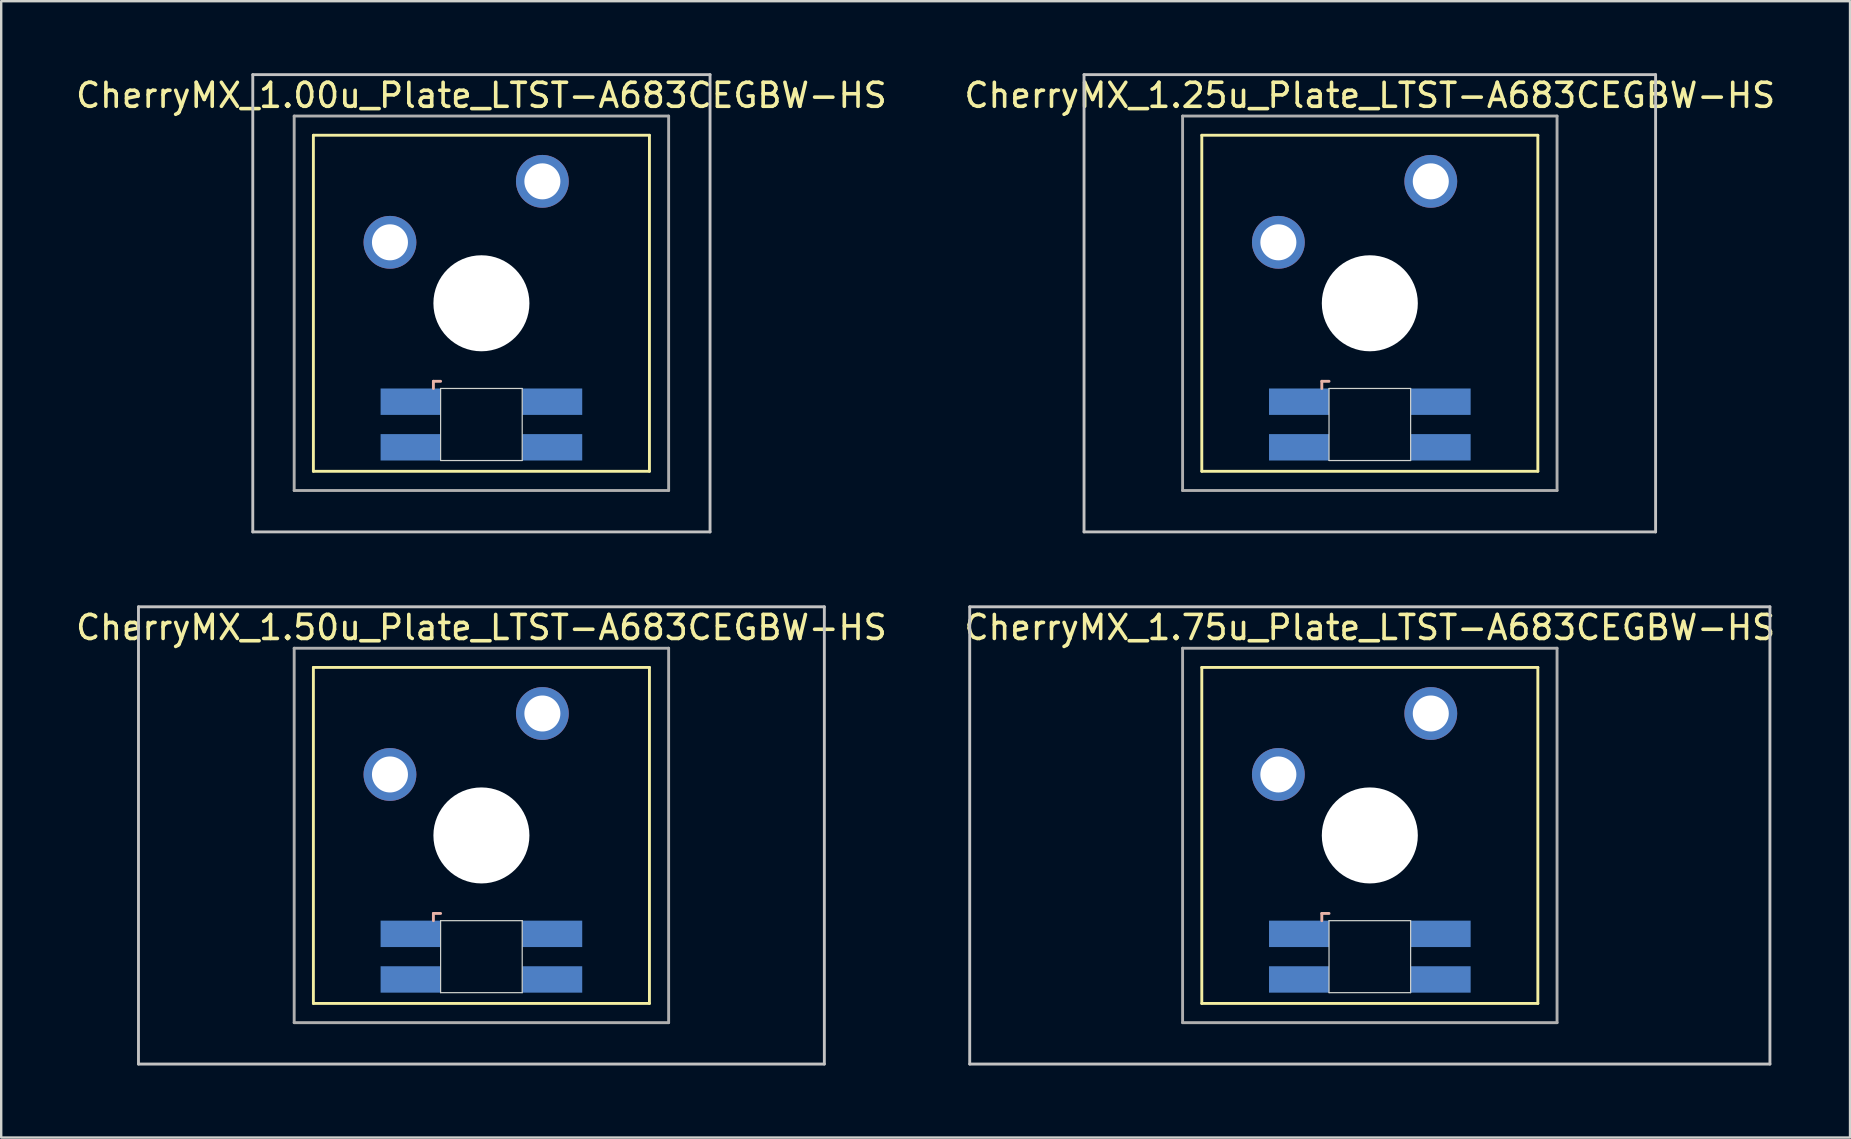
<source format=kicad_pcb>
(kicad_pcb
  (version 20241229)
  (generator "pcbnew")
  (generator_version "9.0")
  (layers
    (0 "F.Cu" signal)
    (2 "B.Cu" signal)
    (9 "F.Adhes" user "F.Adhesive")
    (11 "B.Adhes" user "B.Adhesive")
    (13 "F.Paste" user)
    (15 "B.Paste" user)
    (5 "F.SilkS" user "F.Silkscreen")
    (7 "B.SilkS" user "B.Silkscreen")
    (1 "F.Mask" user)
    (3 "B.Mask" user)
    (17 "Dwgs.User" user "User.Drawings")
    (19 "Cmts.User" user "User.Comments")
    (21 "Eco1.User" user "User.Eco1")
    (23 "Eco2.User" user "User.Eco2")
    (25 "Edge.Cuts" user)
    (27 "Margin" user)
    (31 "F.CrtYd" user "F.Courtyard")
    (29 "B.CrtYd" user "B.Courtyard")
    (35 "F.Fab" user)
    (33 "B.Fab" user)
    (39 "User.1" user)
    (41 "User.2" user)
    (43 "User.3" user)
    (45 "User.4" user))
  (footprint "CherryMX_1.50u_Plate_LTST-A683CEGBW-HS"
    (layer "F.Cu")
    (at 17.006 31.755)
    (property "Reference" "CherryMX_1.50u_Plate_LTST-A683CEGBW-HS" (at 0 -8.662 0) (layer "F.SilkS") (effects (font (size 1 1) (thickness 0.15))))
    (attr through_hole)
    (fp_line (start -7 -7) (end -7 7) (stroke (width 0.12) (type solid)) (layer "F.SilkS"))
    (fp_line (start -7 -7) (end 7 -7) (stroke (width 0.12) (type solid)) (layer "F.SilkS"))
    (fp_line (start 7 -7) (end 7 7) (stroke (width 0.12) (type solid)) (layer "F.SilkS"))
    (fp_line (start 7 7) (end -7 7) (stroke (width 0.12) (type solid)) (layer "F.SilkS"))
    (fp_line (start -2 3.25) (end -2 3.55) (stroke (width 0.12) (type solid)) (layer "B.SilkS"))
    (fp_line (start -1.7 3.25) (end -2 3.25) (stroke (width 0.12) (type solid)) (layer "B.SilkS"))
    (fp_line (start -14.287 -9.525) (end 14.287 -9.525) (stroke (width 0.12) (type solid)) (layer "Dwgs.User"))
    (fp_line (start -14.287 9.525) (end -14.287 -9.525) (stroke (width 0.12) (type solid)) (layer "Dwgs.User"))
    (fp_line (start 14.287 -9.525) (end 14.287 9.525) (stroke (width 0.12) (type solid)) (layer "Dwgs.User"))
    (fp_line (start 14.287 9.525) (end -14.287 9.525) (stroke (width 0.12) (type solid)) (layer "Dwgs.User"))
    (fp_line (start -1.7 3.55) (end 1.7 3.55) (stroke (width 0.05) (type solid)) (layer "Edge.Cuts"))
    (fp_line (start -1.7 6.55) (end -1.7 3.55) (stroke (width 0.05) (type solid)) (layer "Edge.Cuts"))
    (fp_line (start 1.7 3.55) (end 1.7 6.55) (stroke (width 0.05) (type solid)) (layer "Edge.Cuts"))
    (fp_line (start 1.7 6.55) (end -1.7 6.55) (stroke (width 0.05) (type solid)) (layer "Edge.Cuts"))
    (fp_line (start -7.8 -7.8) (end -7.8 7.8) (stroke (width 0.12) (type solid)) (layer "F.Fab"))
    (fp_line (start -7.8 -7.8) (end 7.8 -7.8) (stroke (width 0.12) (type solid)) (layer "F.Fab"))
    (fp_line (start -7.8 7.8) (end 7.8 7.8) (stroke (width 0.12) (type solid)) (layer "F.Fab"))
    (fp_line (start 7.8 -7.8) (end 7.8 7.8) (stroke (width 0.12) (type solid)) (layer "F.Fab"))
    (pad "" np_thru_hole circle (at 0 0) (size 4 4) (drill 4) (layers "*.Cu" "*.Mask"))
    (pad "1" thru_hole circle (at -3.81 -2.54) (size 2.2 2.2) (drill 1.5) (layers "*.Cu" "*.Mask"))
    (pad "2" thru_hole circle (at 2.54 -5.08) (size 2.2 2.2) (drill 1.5) (layers "*.Cu" "*.Mask"))
    (pad "3" smd rect (at -2.95 4.1) (size 2.5 1.1) (layers "B.Cu" "B.Mask" "B.Paste"))
    (pad "4" smd rect (at -2.95 6) (size 2.5 1.1) (layers "B.Cu" "B.Mask" "B.Paste"))
    (pad "5" smd rect (at 2.95 4.1) (size 2.5 1.1) (layers "B.Cu" "B.Mask" "B.Paste"))
    (pad "6" smd rect (at 2.95 6) (size 2.5 1.1) (layers "B.Cu" "B.Mask" "B.Paste")))
  (footprint "CherryMX_1.75u_Plate_LTST-A683CEGBW-HS"
    (layer "F.Cu")
    (at 54.018 31.755)
    (property "Reference" "CherryMX_1.75u_Plate_LTST-A683CEGBW-HS" (at 0 -8.662 0) (layer "F.SilkS") (effects (font (size 1 1) (thickness 0.15))))
    (attr through_hole)
    (fp_line (start -7 -7) (end -7 7) (stroke (width 0.12) (type solid)) (layer "F.SilkS"))
    (fp_line (start -7 -7) (end 7 -7) (stroke (width 0.12) (type solid)) (layer "F.SilkS"))
    (fp_line (start 7 -7) (end 7 7) (stroke (width 0.12) (type solid)) (layer "F.SilkS"))
    (fp_line (start 7 7) (end -7 7) (stroke (width 0.12) (type solid)) (layer "F.SilkS"))
    (fp_line (start -2 3.25) (end -2 3.55) (stroke (width 0.12) (type solid)) (layer "B.SilkS"))
    (fp_line (start -1.7 3.25) (end -2 3.25) (stroke (width 0.12) (type solid)) (layer "B.SilkS"))
    (fp_line (start -16.669 -9.525) (end 16.669 -9.525) (stroke (width 0.12) (type solid)) (layer "Dwgs.User"))
    (fp_line (start -16.669 9.525) (end -16.669 -9.525) (stroke (width 0.12) (type solid)) (layer "Dwgs.User"))
    (fp_line (start 16.669 -9.525) (end 16.669 9.525) (stroke (width 0.12) (type solid)) (layer "Dwgs.User"))
    (fp_line (start 16.669 9.525) (end -16.669 9.525) (stroke (width 0.12) (type solid)) (layer "Dwgs.User"))
    (fp_line (start -1.7 3.55) (end 1.7 3.55) (stroke (width 0.05) (type solid)) (layer "Edge.Cuts"))
    (fp_line (start -1.7 6.55) (end -1.7 3.55) (stroke (width 0.05) (type solid)) (layer "Edge.Cuts"))
    (fp_line (start 1.7 3.55) (end 1.7 6.55) (stroke (width 0.05) (type solid)) (layer "Edge.Cuts"))
    (fp_line (start 1.7 6.55) (end -1.7 6.55) (stroke (width 0.05) (type solid)) (layer "Edge.Cuts"))
    (fp_line (start -7.8 -7.8) (end -7.8 7.8) (stroke (width 0.12) (type solid)) (layer "F.Fab"))
    (fp_line (start -7.8 -7.8) (end 7.8 -7.8) (stroke (width 0.12) (type solid)) (layer "F.Fab"))
    (fp_line (start -7.8 7.8) (end 7.8 7.8) (stroke (width 0.12) (type solid)) (layer "F.Fab"))
    (fp_line (start 7.8 -7.8) (end 7.8 7.8) (stroke (width 0.12) (type solid)) (layer "F.Fab"))
    (pad "" np_thru_hole circle (at 0 0) (size 4 4) (drill 4) (layers "*.Cu" "*.Mask"))
    (pad "1" thru_hole circle (at -3.81 -2.54) (size 2.2 2.2) (drill 1.5) (layers "*.Cu" "*.Mask"))
    (pad "2" thru_hole circle (at 2.54 -5.08) (size 2.2 2.2) (drill 1.5) (layers "*.Cu" "*.Mask"))
    (pad "3" smd rect (at -2.95 4.1) (size 2.5 1.1) (layers "B.Cu" "B.Mask" "B.Paste"))
    (pad "4" smd rect (at -2.95 6) (size 2.5 1.1) (layers "B.Cu" "B.Mask" "B.Paste"))
    (pad "5" smd rect (at 2.95 4.1) (size 2.5 1.1) (layers "B.Cu" "B.Mask" "B.Paste"))
    (pad "6" smd rect (at 2.95 6) (size 2.5 1.1) (layers "B.Cu" "B.Mask" "B.Paste")))
  (footprint "CherryMX_1.25u_Plate_LTST-A683CEGBW-HS"
    (layer "F.Cu")
    (at 54.018 9.585)
    (property "Reference" "CherryMX_1.25u_Plate_LTST-A683CEGBW-HS" (at 0 -8.662 0) (layer "F.SilkS") (effects (font (size 1 1) (thickness 0.15))))
    (attr through_hole)
    (fp_line (start -7 -7) (end -7 7) (stroke (width 0.12) (type solid)) (layer "F.SilkS"))
    (fp_line (start -7 -7) (end 7 -7) (stroke (width 0.12) (type solid)) (layer "F.SilkS"))
    (fp_line (start 7 -7) (end 7 7) (stroke (width 0.12) (type solid)) (layer "F.SilkS"))
    (fp_line (start 7 7) (end -7 7) (stroke (width 0.12) (type solid)) (layer "F.SilkS"))
    (fp_line (start -2 3.25) (end -2 3.55) (stroke (width 0.12) (type solid)) (layer "B.SilkS"))
    (fp_line (start -1.7 3.25) (end -2 3.25) (stroke (width 0.12) (type solid)) (layer "B.SilkS"))
    (fp_line (start -11.906 -9.525) (end 11.906 -9.525) (stroke (width 0.12) (type solid)) (layer "Dwgs.User"))
    (fp_line (start -11.906 9.525) (end -11.906 -9.525) (stroke (width 0.12) (type solid)) (layer "Dwgs.User"))
    (fp_line (start 11.906 -9.525) (end 11.906 9.525) (stroke (width 0.12) (type solid)) (layer "Dwgs.User"))
    (fp_line (start 11.906 9.525) (end -11.906 9.525) (stroke (width 0.12) (type solid)) (layer "Dwgs.User"))
    (fp_line (start -1.7 3.55) (end 1.7 3.55) (stroke (width 0.05) (type solid)) (layer "Edge.Cuts"))
    (fp_line (start -1.7 6.55) (end -1.7 3.55) (stroke (width 0.05) (type solid)) (layer "Edge.Cuts"))
    (fp_line (start 1.7 3.55) (end 1.7 6.55) (stroke (width 0.05) (type solid)) (layer "Edge.Cuts"))
    (fp_line (start 1.7 6.55) (end -1.7 6.55) (stroke (width 0.05) (type solid)) (layer "Edge.Cuts"))
    (fp_line (start -7.8 -7.8) (end -7.8 7.8) (stroke (width 0.12) (type solid)) (layer "F.Fab"))
    (fp_line (start -7.8 -7.8) (end 7.8 -7.8) (stroke (width 0.12) (type solid)) (layer "F.Fab"))
    (fp_line (start -7.8 7.8) (end 7.8 7.8) (stroke (width 0.12) (type solid)) (layer "F.Fab"))
    (fp_line (start 7.8 -7.8) (end 7.8 7.8) (stroke (width 0.12) (type solid)) (layer "F.Fab"))
    (pad "" np_thru_hole circle (at 0 0) (size 4 4) (drill 4) (layers "*.Cu" "*.Mask"))
    (pad "1" thru_hole circle (at -3.81 -2.54) (size 2.2 2.2) (drill 1.5) (layers "*.Cu" "*.Mask"))
    (pad "2" thru_hole circle (at 2.54 -5.08) (size 2.2 2.2) (drill 1.5) (layers "*.Cu" "*.Mask"))
    (pad "3" smd rect (at -2.95 4.1) (size 2.5 1.1) (layers "B.Cu" "B.Mask" "B.Paste"))
    (pad "4" smd rect (at -2.95 6) (size 2.5 1.1) (layers "B.Cu" "B.Mask" "B.Paste"))
    (pad "5" smd rect (at 2.95 4.1) (size 2.5 1.1) (layers "B.Cu" "B.Mask" "B.Paste"))
    (pad "6" smd rect (at 2.95 6) (size 2.5 1.1) (layers "B.Cu" "B.Mask" "B.Paste")))
  (footprint "CherryMX_1.00u_Plate_LTST-A683CEGBW-HS"
    (layer "F.Cu")
    (at 17.006 9.585)
    (property "Reference" "CherryMX_1.00u_Plate_LTST-A683CEGBW-HS" (at 0 -8.662 0) (layer "F.SilkS") (effects (font (size 1 1) (thickness 0.15))))
    (attr through_hole)
    (fp_line (start -7 -7) (end -7 7) (stroke (width 0.12) (type solid)) (layer "F.SilkS"))
    (fp_line (start -7 -7) (end 7 -7) (stroke (width 0.12) (type solid)) (layer "F.SilkS"))
    (fp_line (start 7 -7) (end 7 7) (stroke (width 0.12) (type solid)) (layer "F.SilkS"))
    (fp_line (start 7 7) (end -7 7) (stroke (width 0.12) (type solid)) (layer "F.SilkS"))
    (fp_line (start -2 3.25) (end -2 3.55) (stroke (width 0.12) (type solid)) (layer "B.SilkS"))
    (fp_line (start -1.7 3.25) (end -2 3.25) (stroke (width 0.12) (type solid)) (layer "B.SilkS"))
    (fp_line (start -9.525 -9.525) (end 9.525 -9.525) (stroke (width 0.12) (type solid)) (layer "Dwgs.User"))
    (fp_line (start -9.525 9.525) (end -9.525 -9.525) (stroke (width 0.12) (type solid)) (layer "Dwgs.User"))
    (fp_line (start 9.525 -9.525) (end 9.525 9.525) (stroke (width 0.12) (type solid)) (layer "Dwgs.User"))
    (fp_line (start 9.525 9.525) (end -9.525 9.525) (stroke (width 0.12) (type solid)) (layer "Dwgs.User"))
    (fp_line (start -1.7 3.55) (end 1.7 3.55) (stroke (width 0.05) (type solid)) (layer "Edge.Cuts"))
    (fp_line (start -1.7 6.55) (end -1.7 3.55) (stroke (width 0.05) (type solid)) (layer "Edge.Cuts"))
    (fp_line (start 1.7 3.55) (end 1.7 6.55) (stroke (width 0.05) (type solid)) (layer "Edge.Cuts"))
    (fp_line (start 1.7 6.55) (end -1.7 6.55) (stroke (width 0.05) (type solid)) (layer "Edge.Cuts"))
    (fp_line (start -7.8 -7.8) (end -7.8 7.8) (stroke (width 0.12) (type solid)) (layer "F.Fab"))
    (fp_line (start -7.8 -7.8) (end 7.8 -7.8) (stroke (width 0.12) (type solid)) (layer "F.Fab"))
    (fp_line (start -7.8 7.8) (end 7.8 7.8) (stroke (width 0.12) (type solid)) (layer "F.Fab"))
    (fp_line (start 7.8 -7.8) (end 7.8 7.8) (stroke (width 0.12) (type solid)) (layer "F.Fab"))
    (pad "" np_thru_hole circle (at 0 0) (size 4 4) (drill 4) (layers "*.Cu" "*.Mask"))
    (pad "1" thru_hole circle (at -3.81 -2.54) (size 2.2 2.2) (drill 1.5) (layers "*.Cu" "*.Mask"))
    (pad "2" thru_hole circle (at 2.54 -5.08) (size 2.2 2.2) (drill 1.5) (layers "*.Cu" "*.Mask"))
    (pad "3" smd rect (at -2.95 4.1) (size 2.5 1.1) (layers "B.Cu" "B.Mask" "B.Paste"))
    (pad "4" smd rect (at -2.95 6) (size 2.5 1.1) (layers "B.Cu" "B.Mask" "B.Paste"))
    (pad "5" smd rect (at 2.95 4.1) (size 2.5 1.1) (layers "B.Cu" "B.Mask" "B.Paste"))
    (pad "6" smd rect (at 2.95 6) (size 2.5 1.1) (layers "B.Cu" "B.Mask" "B.Paste")))
  (gr_rect
    (start -3 -3)
    (end 74.024 44.34)
    (stroke (width 0.1) (type default))
    (fill no)
    (layer "Edge.Cuts")))
</source>
